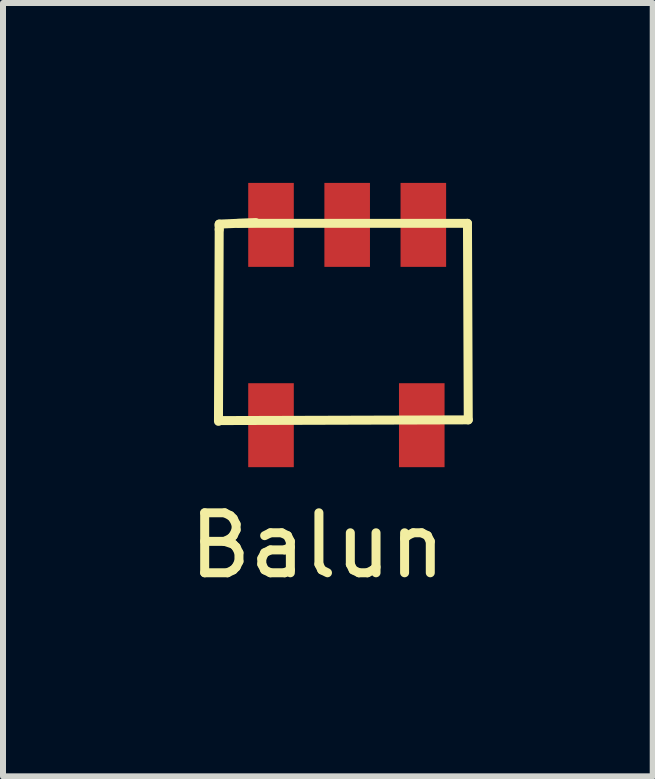
<source format=kicad_pcb>
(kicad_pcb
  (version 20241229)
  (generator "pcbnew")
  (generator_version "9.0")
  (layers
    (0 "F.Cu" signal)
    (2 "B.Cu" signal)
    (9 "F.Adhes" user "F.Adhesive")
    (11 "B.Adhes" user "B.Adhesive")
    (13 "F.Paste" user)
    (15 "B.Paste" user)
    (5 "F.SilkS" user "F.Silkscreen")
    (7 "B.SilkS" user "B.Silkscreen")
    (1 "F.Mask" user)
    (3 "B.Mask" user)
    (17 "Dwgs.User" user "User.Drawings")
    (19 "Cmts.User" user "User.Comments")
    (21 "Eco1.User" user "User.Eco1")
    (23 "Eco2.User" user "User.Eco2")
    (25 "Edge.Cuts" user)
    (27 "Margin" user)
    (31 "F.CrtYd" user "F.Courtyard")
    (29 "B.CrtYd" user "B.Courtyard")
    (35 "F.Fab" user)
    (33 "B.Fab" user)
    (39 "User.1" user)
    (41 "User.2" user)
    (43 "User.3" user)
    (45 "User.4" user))
  (footprint "Balun"
    (layer "F.Cu")
    (at 2.777 2.414)
    (property "Reference" "Balun" (at -0.533 3.632 0) (layer "F.SilkS") (effects (font (size 1 1) (thickness 0.15))))
    (attr through_hole)
    (fp_line (start -2.184 1.562) (end -2.172 -1.638) (stroke (width 0.15) (type solid)) (layer "F.SilkS"))
    (fp_line (start -2.172 -1.727) (end -1.562 -1.753) (stroke (width 0.15) (type solid)) (layer "F.SilkS"))
    (fp_line (start -2.172 -1.702) (end -2.172 -1.727) (stroke (width 0.15) (type solid)) (layer "F.SilkS"))
    (fp_line (start -2.172 -1.638) (end -2.172 -1.702) (stroke (width 0.15) (type solid)) (layer "F.SilkS"))
    (fp_line (start -1.854 -1.74) (end 1.968 -1.74) (stroke (width 0.15) (type solid)) (layer "F.SilkS"))
    (fp_line (start 1.968 -1.74) (end 1.981 1.537) (stroke (width 0.15) (type solid)) (layer "F.SilkS"))
    (fp_line (start 1.981 1.537) (end -2.146 1.549) (stroke (width 0.15) (type solid)) (layer "F.SilkS"))
    (pad "1" smd rect (at -1.308 -1.714) (size 0.76 1.4) (layers "F.Cu" "F.Mask" "F.Paste"))
    (pad "2" smd rect (at -0.038 -1.714) (size 0.76 1.4) (layers "F.Cu" "F.Mask" "F.Paste"))
    (pad "3" smd rect (at 1.232 -1.714) (size 0.76 1.4) (layers "F.Cu" "F.Mask" "F.Paste"))
    (pad "4" smd rect (at 1.206 1.626) (size 0.76 1.4) (layers "F.Cu" "F.Mask" "F.Paste"))
    (pad "5" smd rect (at -1.308 1.626) (size 0.76 1.4) (layers "F.Cu" "F.Mask" "F.Paste")))
  (gr_rect
    (start -3 -3)
    (end 7.834 9.895)
    (stroke (width 0.1) (type default))
    (fill no)
    (layer "Edge.Cuts")))
</source>
